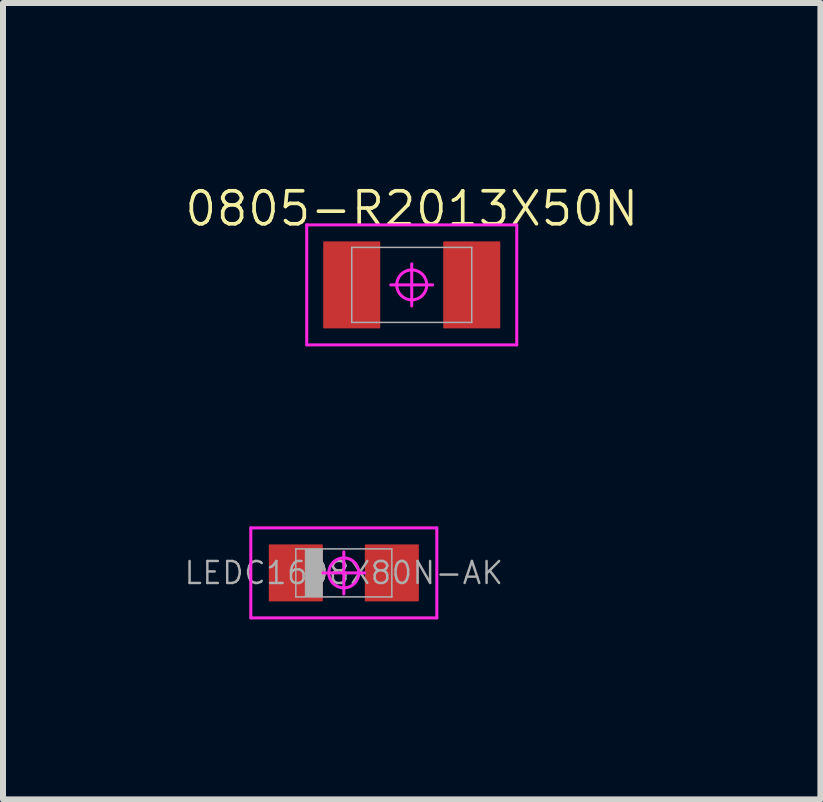
<source format=kicad_pcb>
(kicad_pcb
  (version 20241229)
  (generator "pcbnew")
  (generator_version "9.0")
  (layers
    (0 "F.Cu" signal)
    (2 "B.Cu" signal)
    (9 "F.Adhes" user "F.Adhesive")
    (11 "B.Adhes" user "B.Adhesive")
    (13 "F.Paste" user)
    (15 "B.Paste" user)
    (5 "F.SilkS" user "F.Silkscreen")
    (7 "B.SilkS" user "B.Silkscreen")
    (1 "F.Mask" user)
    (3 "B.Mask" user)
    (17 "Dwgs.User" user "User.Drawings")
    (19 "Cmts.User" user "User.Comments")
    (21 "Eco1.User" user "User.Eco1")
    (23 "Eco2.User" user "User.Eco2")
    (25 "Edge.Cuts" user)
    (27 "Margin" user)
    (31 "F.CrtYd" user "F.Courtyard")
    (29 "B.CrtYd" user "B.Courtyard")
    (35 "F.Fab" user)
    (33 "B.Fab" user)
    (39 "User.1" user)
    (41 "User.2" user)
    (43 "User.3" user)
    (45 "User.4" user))
  (footprint "LEDC1608X80N-AK"
    (layer "F.Cu")
    (at 2.68 6.498)
    (property "Reference" "LEDC1608X80N-AK" (at 0 0 0) (layer "F.Fab") (effects (font (size 0.366 0.366) (thickness 0.041))))
    (fp_line (start -1.55 -0.75) (end -1.55 0.75) (stroke (width 0.05) (type solid)) (layer "F.CrtYd"))
    (fp_line (start -1.55 0.75) (end 1.55 0.75) (stroke (width 0.05) (type solid)) (layer "F.CrtYd"))
    (fp_line (start -0.35 0) (end 0.35 0) (stroke (width 0.05) (type solid)) (layer "F.CrtYd"))
    (fp_line (start 0 0.35) (end 0 -0.35) (stroke (width 0.05) (type solid)) (layer "F.CrtYd"))
    (fp_line (start 1.55 -0.75) (end -1.55 -0.75) (stroke (width 0.05) (type solid)) (layer "F.CrtYd"))
    (fp_line (start 1.55 0.75) (end 1.55 -0.75) (stroke (width 0.05) (type solid)) (layer "F.CrtYd"))
    (fp_circle (center 0 0) (end 0.25 0) (stroke (width 0.05) (type solid)) (fill no) (layer "F.CrtYd"))
    (fp_line (start -0.8 -0.4) (end -0.8 0.4) (stroke (width 0.025) (type solid)) (layer "F.Fab"))
    (fp_line (start -0.8 0.4) (end 0.8 0.4) (stroke (width 0.025) (type solid)) (layer "F.Fab"))
    (fp_line (start -0.645 -0.395) (end -0.645 0.395) (stroke (width 0.01) (type solid)) (layer "F.Fab"))
    (fp_line (start -0.645 0.395) (end -0.355 0.395) (stroke (width 0.01) (type solid)) (layer "F.Fab"))
    (fp_line (start -0.64 -0.39) (end -0.64 0.39) (stroke (width 0.01) (type solid)) (layer "F.Fab"))
    (fp_line (start -0.64 0.39) (end -0.36 0.39) (stroke (width 0.01) (type solid)) (layer "F.Fab"))
    (fp_line (start -0.63 -0.38) (end -0.63 0.38) (stroke (width 0.025) (type solid)) (layer "F.Fab"))
    (fp_line (start -0.63 0.38) (end -0.37 0.38) (stroke (width 0.025) (type solid)) (layer "F.Fab"))
    (fp_line (start -0.618 -0.368) (end -0.618 0.367) (stroke (width 0.025) (type solid)) (layer "F.Fab"))
    (fp_line (start -0.618 0.367) (end -0.383 0.367) (stroke (width 0.025) (type solid)) (layer "F.Fab"))
    (fp_line (start -0.605 -0.355) (end -0.605 0.355) (stroke (width 0.05) (type solid)) (layer "F.Fab"))
    (fp_line (start -0.605 0.355) (end -0.395 0.355) (stroke (width 0.05) (type solid)) (layer "F.Fab"))
    (fp_line (start -0.58 -0.33) (end -0.58 0.33) (stroke (width 0.1) (type solid)) (layer "F.Fab"))
    (fp_line (start -0.58 0.33) (end -0.42 0.33) (stroke (width 0.1) (type solid)) (layer "F.Fab"))
    (fp_line (start -0.53 -0.28) (end -0.53 0.28) (stroke (width 0.2) (type solid)) (layer "F.Fab"))
    (fp_line (start -0.53 0.28) (end -0.47 0.28) (stroke (width 0.2) (type solid)) (layer "F.Fab"))
    (fp_line (start -0.47 -0.28) (end -0.53 -0.28) (stroke (width 0.2) (type solid)) (layer "F.Fab"))
    (fp_line (start -0.47 0.28) (end -0.47 -0.28) (stroke (width 0.2) (type solid)) (layer "F.Fab"))
    (fp_line (start -0.42 -0.33) (end -0.58 -0.33) (stroke (width 0.1) (type solid)) (layer "F.Fab"))
    (fp_line (start -0.42 0.33) (end -0.42 -0.33) (stroke (width 0.1) (type solid)) (layer "F.Fab"))
    (fp_line (start -0.395 -0.355) (end -0.605 -0.355) (stroke (width 0.05) (type solid)) (layer "F.Fab"))
    (fp_line (start -0.395 0.355) (end -0.395 -0.355) (stroke (width 0.05) (type solid)) (layer "F.Fab"))
    (fp_line (start -0.383 -0.368) (end -0.618 -0.368) (stroke (width 0.025) (type solid)) (layer "F.Fab"))
    (fp_line (start -0.383 0.367) (end -0.383 -0.368) (stroke (width 0.025) (type solid)) (layer "F.Fab"))
    (fp_line (start -0.37 -0.38) (end -0.63 -0.38) (stroke (width 0.025) (type solid)) (layer "F.Fab"))
    (fp_line (start -0.37 0.38) (end -0.37 -0.38) (stroke (width 0.025) (type solid)) (layer "F.Fab"))
    (fp_line (start -0.36 -0.39) (end -0.64 -0.39) (stroke (width 0.01) (type solid)) (layer "F.Fab"))
    (fp_line (start -0.36 0.39) (end -0.36 -0.39) (stroke (width 0.01) (type solid)) (layer "F.Fab"))
    (fp_line (start -0.355 -0.395) (end -0.645 -0.395) (stroke (width 0.01) (type solid)) (layer "F.Fab"))
    (fp_line (start -0.355 0.395) (end -0.355 -0.395) (stroke (width 0.01) (type solid)) (layer "F.Fab"))
    (fp_line (start 0.8 -0.4) (end -0.8 -0.4) (stroke (width 0.025) (type solid)) (layer "F.Fab"))
    (fp_line (start 0.8 0.4) (end 0.8 -0.4) (stroke (width 0.025) (type solid)) (layer "F.Fab"))
    (pad "A" smd roundrect (at 0.8 0) (size 0.9 0.95) (layers "F.Cu" "F.Mask" "F.Paste") (roundrect_rratio 0.015))
    (pad "C" smd roundrect (at -0.8 0) (size 0.9 0.95) (layers "F.Cu" "F.Mask" "F.Paste") (roundrect_rratio 0.015)))
  (footprint "0805-R2013X50N"
    (layer "F.Cu")
    (at 3.812 1.698)
    (property "Reference" "0805-R2013X50N" (at 0 -1.27 0) (layer "F.SilkS") (effects (font (size 0.549 0.549) (thickness 0.061))))
    (fp_line (start -1.75 -1) (end 1.75 -1) (stroke (width 0.05) (type solid)) (layer "F.CrtYd"))
    (fp_line (start -1.75 1) (end -1.75 -1) (stroke (width 0.05) (type solid)) (layer "F.CrtYd"))
    (fp_line (start 0 0.35) (end 0 -0.35) (stroke (width 0.05) (type solid)) (layer "F.CrtYd"))
    (fp_line (start 0.35 0) (end -0.35 0) (stroke (width 0.05) (type solid)) (layer "F.CrtYd"))
    (fp_line (start 1.75 -1) (end 1.75 1) (stroke (width 0.05) (type solid)) (layer "F.CrtYd"))
    (fp_line (start 1.75 1) (end -1.75 1) (stroke (width 0.05) (type solid)) (layer "F.CrtYd"))
    (fp_circle (center 0 0) (end 0.25 0) (stroke (width 0.05) (type solid)) (fill no) (layer "F.CrtYd"))
    (fp_line (start -1 -0.625) (end -1 0.625) (stroke (width 0.025) (type solid)) (layer "F.Fab"))
    (fp_line (start -1 0.625) (end 1 0.625) (stroke (width 0.025) (type solid)) (layer "F.Fab"))
    (fp_line (start 1 -0.625) (end -1 -0.625) (stroke (width 0.025) (type solid)) (layer "F.Fab"))
    (fp_line (start 1 0.625) (end 1 -0.625) (stroke (width 0.025) (type solid)) (layer "F.Fab"))
    (pad "1" smd roundrect (at -1 0) (size 0.95 1.45) (layers "F.Cu" "F.Mask" "F.Paste") (roundrect_rratio 0.015))
    (pad "2" smd roundrect (at 1 0) (size 0.95 1.45) (layers "F.Cu" "F.Mask" "F.Paste") (roundrect_rratio 0.015)))
  (gr_rect
    (start -3 -3)
    (end 10.623 10.273)
    (stroke (width 0.1) (type default))
    (fill no)
    (layer "Edge.Cuts")))
</source>
